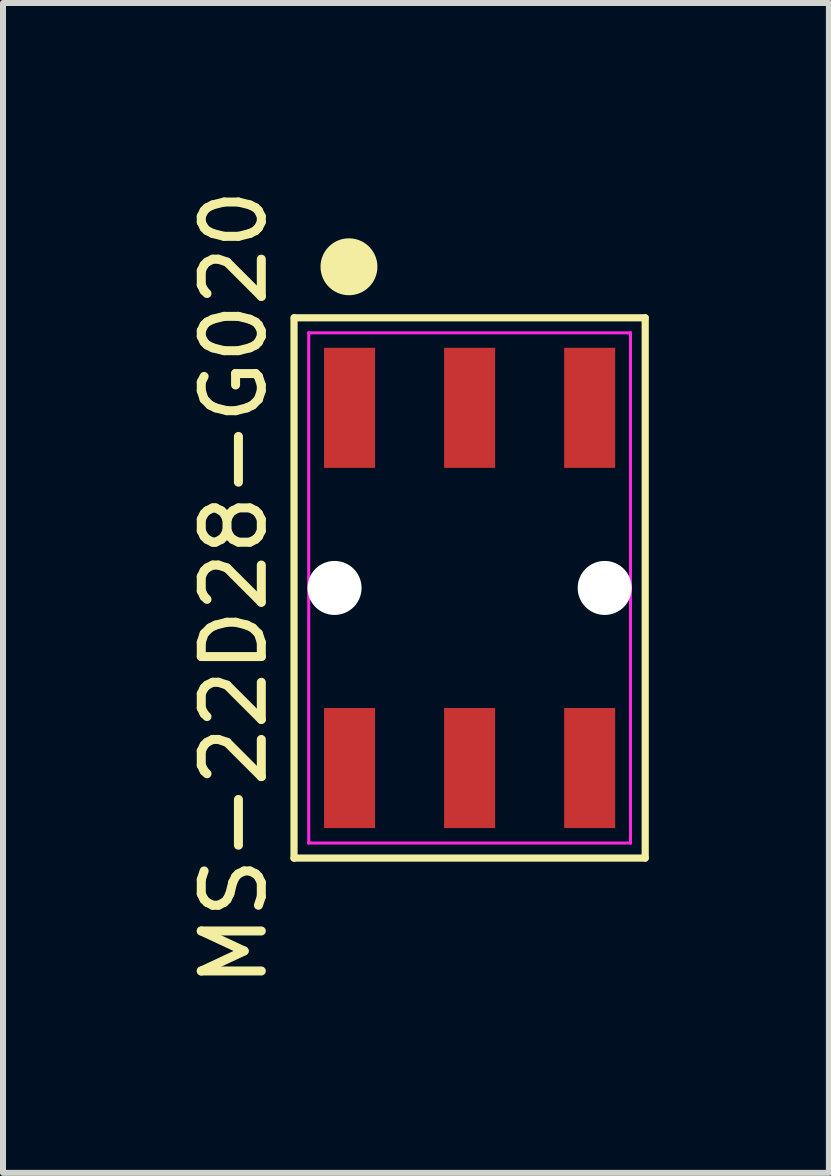
<source format=kicad_pcb>
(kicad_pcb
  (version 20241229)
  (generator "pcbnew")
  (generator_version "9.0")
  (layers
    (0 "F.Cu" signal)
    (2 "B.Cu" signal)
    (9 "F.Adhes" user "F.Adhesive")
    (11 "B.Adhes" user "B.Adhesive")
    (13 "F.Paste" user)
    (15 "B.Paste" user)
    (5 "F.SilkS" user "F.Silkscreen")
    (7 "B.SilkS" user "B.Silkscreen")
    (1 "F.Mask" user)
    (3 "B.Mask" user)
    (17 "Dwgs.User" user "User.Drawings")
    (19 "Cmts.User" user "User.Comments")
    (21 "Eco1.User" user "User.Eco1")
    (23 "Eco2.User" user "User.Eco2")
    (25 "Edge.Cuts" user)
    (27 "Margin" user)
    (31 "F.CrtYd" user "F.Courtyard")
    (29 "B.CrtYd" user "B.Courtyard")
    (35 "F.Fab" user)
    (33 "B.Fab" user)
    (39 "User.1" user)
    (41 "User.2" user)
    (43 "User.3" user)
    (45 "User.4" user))
  (footprint "MS-22D28-G020"
    (layer "F.Cu")
    (at 4.773 6.744)
    (property "Reference" "MS-22D28-G020" (at -3.925 0 90) (layer "F.SilkS") (effects (font (size 1 1) (thickness 0.15))))
    (attr smd)
    (fp_line (start -2.925 4.5) (end -2.925 -4.5) (stroke (width 0.12) (type default)) (layer "F.SilkS"))
    (fp_line (start -2.92 -4.5) (end 2.925 -4.5) (stroke (width 0.12) (type default)) (layer "F.SilkS"))
    (fp_line (start 2.925 -4.5) (end 2.925 4.5) (stroke (width 0.12) (type default)) (layer "F.SilkS"))
    (fp_line (start 2.925 4.5) (end -2.925 4.5) (stroke (width 0.12) (type default)) (layer "F.SilkS"))
    (fp_circle (center -2.01 -5.35) (end -1.586 -5.35) (stroke (width 0.1) (type solid)) (fill yes) (layer "F.SilkS"))
    (fp_line (start -2.68 -4.25) (end 2.68 -4.25) (stroke (width 0.05) (type default)) (layer "F.CrtYd"))
    (fp_line (start -2.68 4.25) (end -2.68 -4.25) (stroke (width 0.05) (type default)) (layer "F.CrtYd"))
    (fp_line (start 2.68 -4.25) (end 2.68 4.25) (stroke (width 0.05) (type default)) (layer "F.CrtYd"))
    (fp_line (start 2.68 4.25) (end -2.68 4.25) (stroke (width 0.05) (type default)) (layer "F.CrtYd"))
    (pad "" np_thru_hole circle (at -2.25 0) (size 0.9 0.9) (drill 0.9) (layers "*.Cu" "*.Mask"))
    (pad "" np_thru_hole circle (at 2.25 0) (size 0.9 0.9) (drill 0.9) (layers "*.Cu" "*.Mask"))
    (pad "1" smd rect (at -2 -3) (size 0.85 2) (layers "F.Cu" "F.Mask" "F.Paste"))
    (pad "1" smd rect (at -2 3) (size 0.85 2) (layers "F.Cu" "F.Mask" "F.Paste"))
    (pad "2" smd rect (at 0 -3) (size 0.85 2) (layers "F.Cu" "F.Mask" "F.Paste"))
    (pad "2" smd rect (at 0 3) (size 0.85 2) (layers "F.Cu" "F.Mask" "F.Paste"))
    (pad "3" smd rect (at 2 -3) (size 0.85 2) (layers "F.Cu" "F.Mask" "F.Paste"))
    (pad "3" smd rect (at 2 3) (size 0.85 2) (layers "F.Cu" "F.Mask" "F.Paste")))
  (gr_rect
    (start -3 -3)
    (end 10.758 16.488)
    (stroke (width 0.1) (type default))
    (fill no)
    (layer "Edge.Cuts")))
</source>
